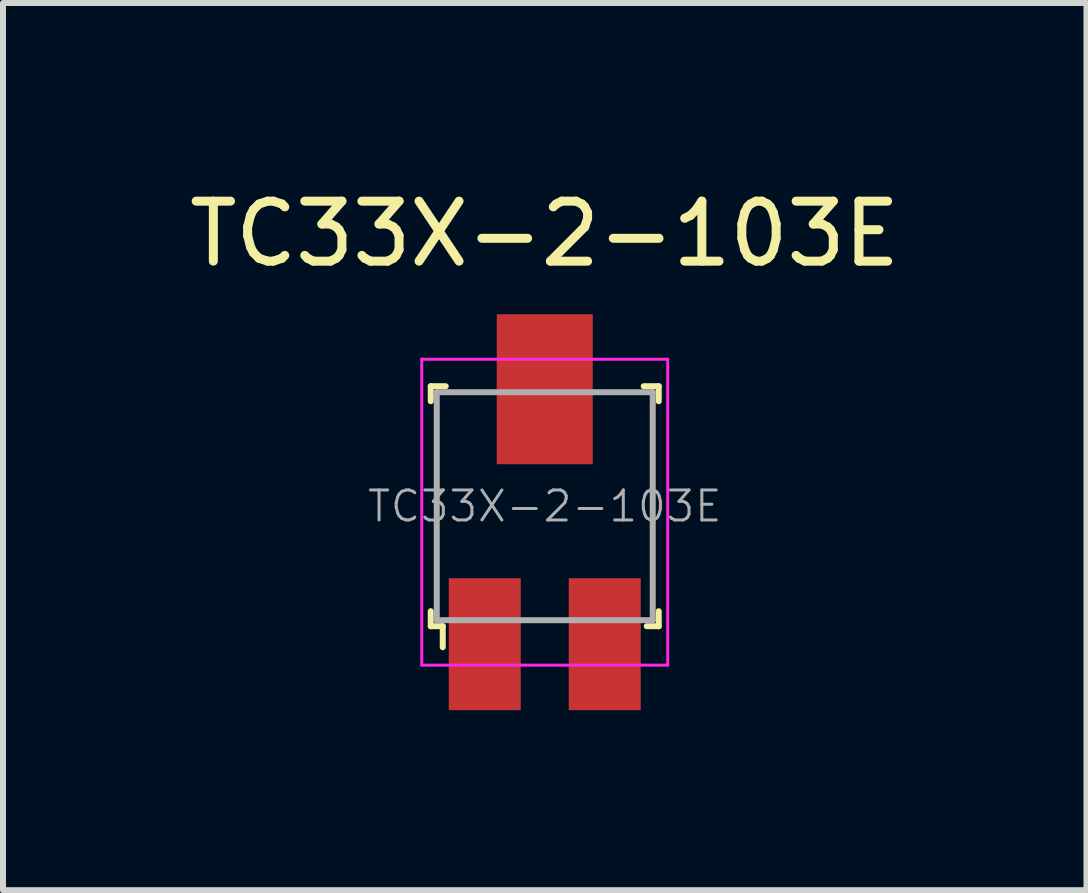
<source format=kicad_pcb>
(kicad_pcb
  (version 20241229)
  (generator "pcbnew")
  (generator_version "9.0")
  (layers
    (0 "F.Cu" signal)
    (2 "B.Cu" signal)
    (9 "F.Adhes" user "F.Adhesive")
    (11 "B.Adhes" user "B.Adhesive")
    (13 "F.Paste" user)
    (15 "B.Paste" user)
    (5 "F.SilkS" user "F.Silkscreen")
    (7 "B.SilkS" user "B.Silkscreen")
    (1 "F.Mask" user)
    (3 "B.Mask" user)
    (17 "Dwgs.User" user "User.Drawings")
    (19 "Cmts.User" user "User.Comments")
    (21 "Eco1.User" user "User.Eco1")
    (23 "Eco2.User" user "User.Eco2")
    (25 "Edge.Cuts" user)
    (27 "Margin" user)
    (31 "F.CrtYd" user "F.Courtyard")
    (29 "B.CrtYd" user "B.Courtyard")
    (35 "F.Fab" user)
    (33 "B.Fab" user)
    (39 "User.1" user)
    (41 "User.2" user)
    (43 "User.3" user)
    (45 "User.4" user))
  (footprint "TC33X-2-103E"
    (layer "F.Cu")
    (at 6.03 5.388)
    (property "Reference" "TC33X-2-103E" (at 0 -4.54 0) (layer "F.SilkS") (effects (font (size 1 1) (thickness 0.15))))
    (attr through_hole)
    (fp_line (start -1.9 -2) (end -1.9 -1.75) (stroke (width 0.1) (type solid)) (layer "F.SilkS"))
    (fp_line (start -1.9 -2) (end -1.65 -2) (stroke (width 0.1) (type solid)) (layer "F.SilkS"))
    (fp_line (start -1.9 1.75) (end -1.9 2) (stroke (width 0.1) (type solid)) (layer "F.SilkS"))
    (fp_line (start -1.9 2) (end -1.7 2) (stroke (width 0.1) (type solid)) (layer "F.SilkS"))
    (fp_line (start -1.7 2) (end -1.7 2.35) (stroke (width 0.1) (type solid)) (layer "F.SilkS"))
    (fp_line (start 1.9 -2) (end 1.65 -2) (stroke (width 0.1) (type solid)) (layer "F.SilkS"))
    (fp_line (start 1.9 -2) (end 1.9 -1.75) (stroke (width 0.1) (type solid)) (layer "F.SilkS"))
    (fp_line (start 1.9 2) (end 1.7 2) (stroke (width 0.1) (type solid)) (layer "F.SilkS"))
    (fp_line (start 1.9 2) (end 1.9 1.75) (stroke (width 0.1) (type solid)) (layer "F.SilkS"))
    (fp_line (start -2.05 -2.45) (end -2.05 2.65) (stroke (width 0.05) (type solid)) (layer "F.CrtYd"))
    (fp_line (start 2.05 -2.45) (end -2.05 -2.45) (stroke (width 0.05) (type solid)) (layer "F.CrtYd"))
    (fp_line (start 2.05 2.65) (end -2.05 2.65) (stroke (width 0.05) (type solid)) (layer "F.CrtYd"))
    (fp_line (start 2.05 2.65) (end 2.05 -2.45) (stroke (width 0.05) (type solid)) (layer "F.CrtYd"))
    (fp_line (start -1.8 -1.9) (end -1.8 1.9) (stroke (width 0.1) (type solid)) (layer "F.Fab"))
    (fp_line (start -1.8 -1.9) (end 1.8 -1.9) (stroke (width 0.1) (type solid)) (layer "F.Fab"))
    (fp_line (start -1.8 1.9) (end 1.8 1.9) (stroke (width 0.1) (type solid)) (layer "F.Fab"))
    (fp_line (start 1.8 1.9) (end 1.8 -1.9) (stroke (width 0.1) (type solid)) (layer "F.Fab"))
    (fp_text user "${REFERENCE}" (at 0 0 0) (layer "F.Fab") (effects (font (size 0.5 0.5) (thickness 0.05))))
    (pad "1" smd rect (at -1 2.3) (size 1.2 2.2) (layers "F.Cu" "F.Mask" "F.Paste"))
    (pad "2" smd rect (at 0 -1.95) (size 1.6 2.5) (layers "F.Cu" "F.Mask" "F.Paste"))
    (pad "3" smd rect (at 1 2.3) (size 1.2 2.2) (layers "F.Cu" "F.Mask" "F.Paste")))
  (gr_rect
    (start -3 -3)
    (end 15.06 11.788)
    (stroke (width 0.1) (type default))
    (fill no)
    (layer "Edge.Cuts")))
</source>
